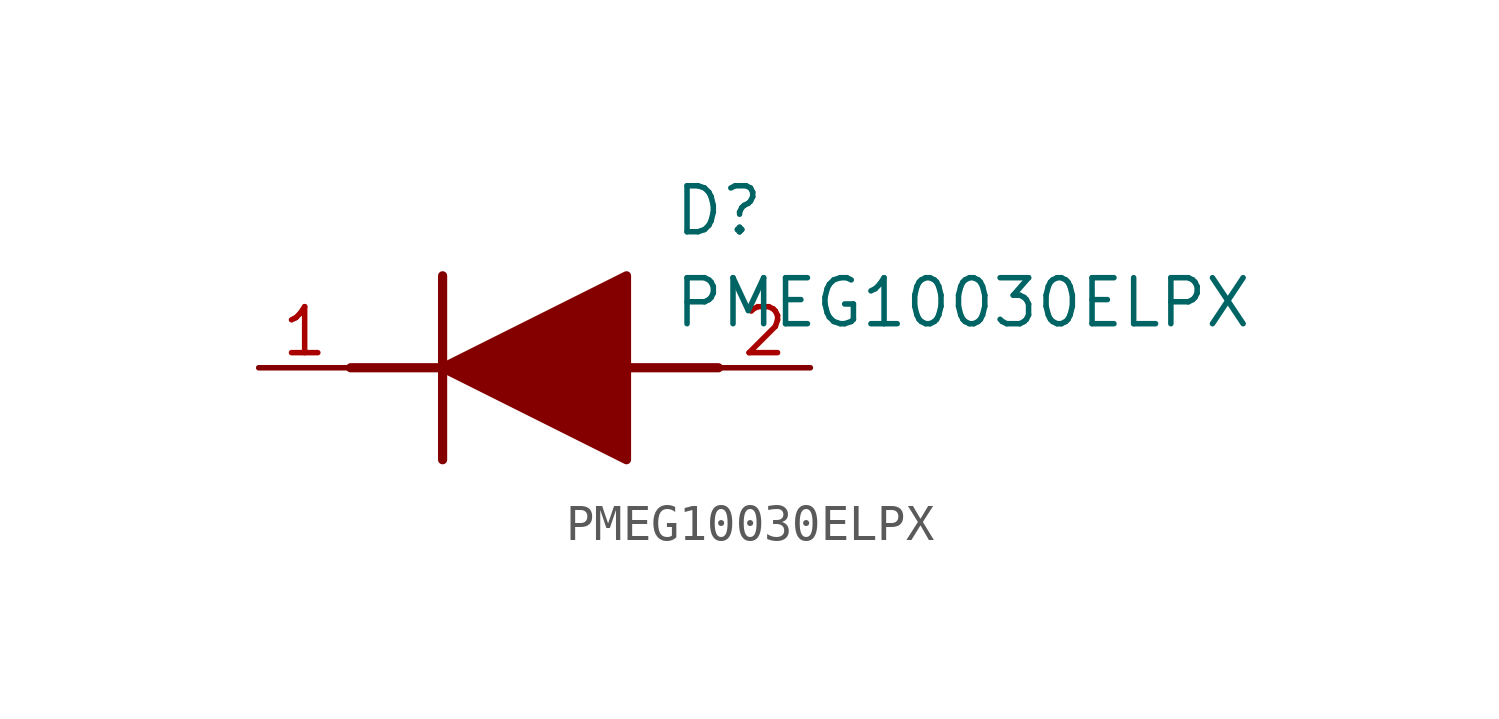
<source format=kicad_sym>
(kicad_symbol_lib
  (version 20211014)
  (generator SamacSys_ECAD_Model)
  (symbol "PMEG10030ELPX"
    (pin_names hide)
    (property "Reference" "D"
      (at 11.43 5.08 0)
      (effects (font (size 1.27 1.27)) (justify left top)))
    (property "Value" "PMEG10030ELPX"
      (at 11.43 2.54 0)
      (effects (font (size 1.27 1.27)) (justify left top)))
    (polyline
      (pts (xy 5.08 2.54) (xy 5.08 -2.54))
      (stroke (width 0.254) (type default))
      (fill (type none)))
    (polyline
      (pts (xy 2.54 0) (xy 5.08 0))
      (stroke (width 0.254) (type default))
      (fill (type none)))
    (polyline
      (pts (xy 10.16 0) (xy 12.7 0))
      (stroke (width 0.254) (type default))
      (fill (type none)))
    (polyline
      (pts (xy 5.08 0) (xy 10.16 2.54) (xy 10.16 -2.54) (xy 5.08 0))
      (stroke (width 0.254) (type default))
      (fill (type outline)))
    (pin passive line
      (at 0 0 0)
      (length 2.54)
      (name "K" (effects (font (size 1.27 1.27))))
      (number "1" (effects (font (size 1.27 1.27)))))
    (pin passive line
      (at 15.24 0 180)
      (length 2.54)
      (name "A" (effects (font (size 1.27 1.27))))
      (number "2" (effects (font (size 1.27 1.27)))))))
</source>
